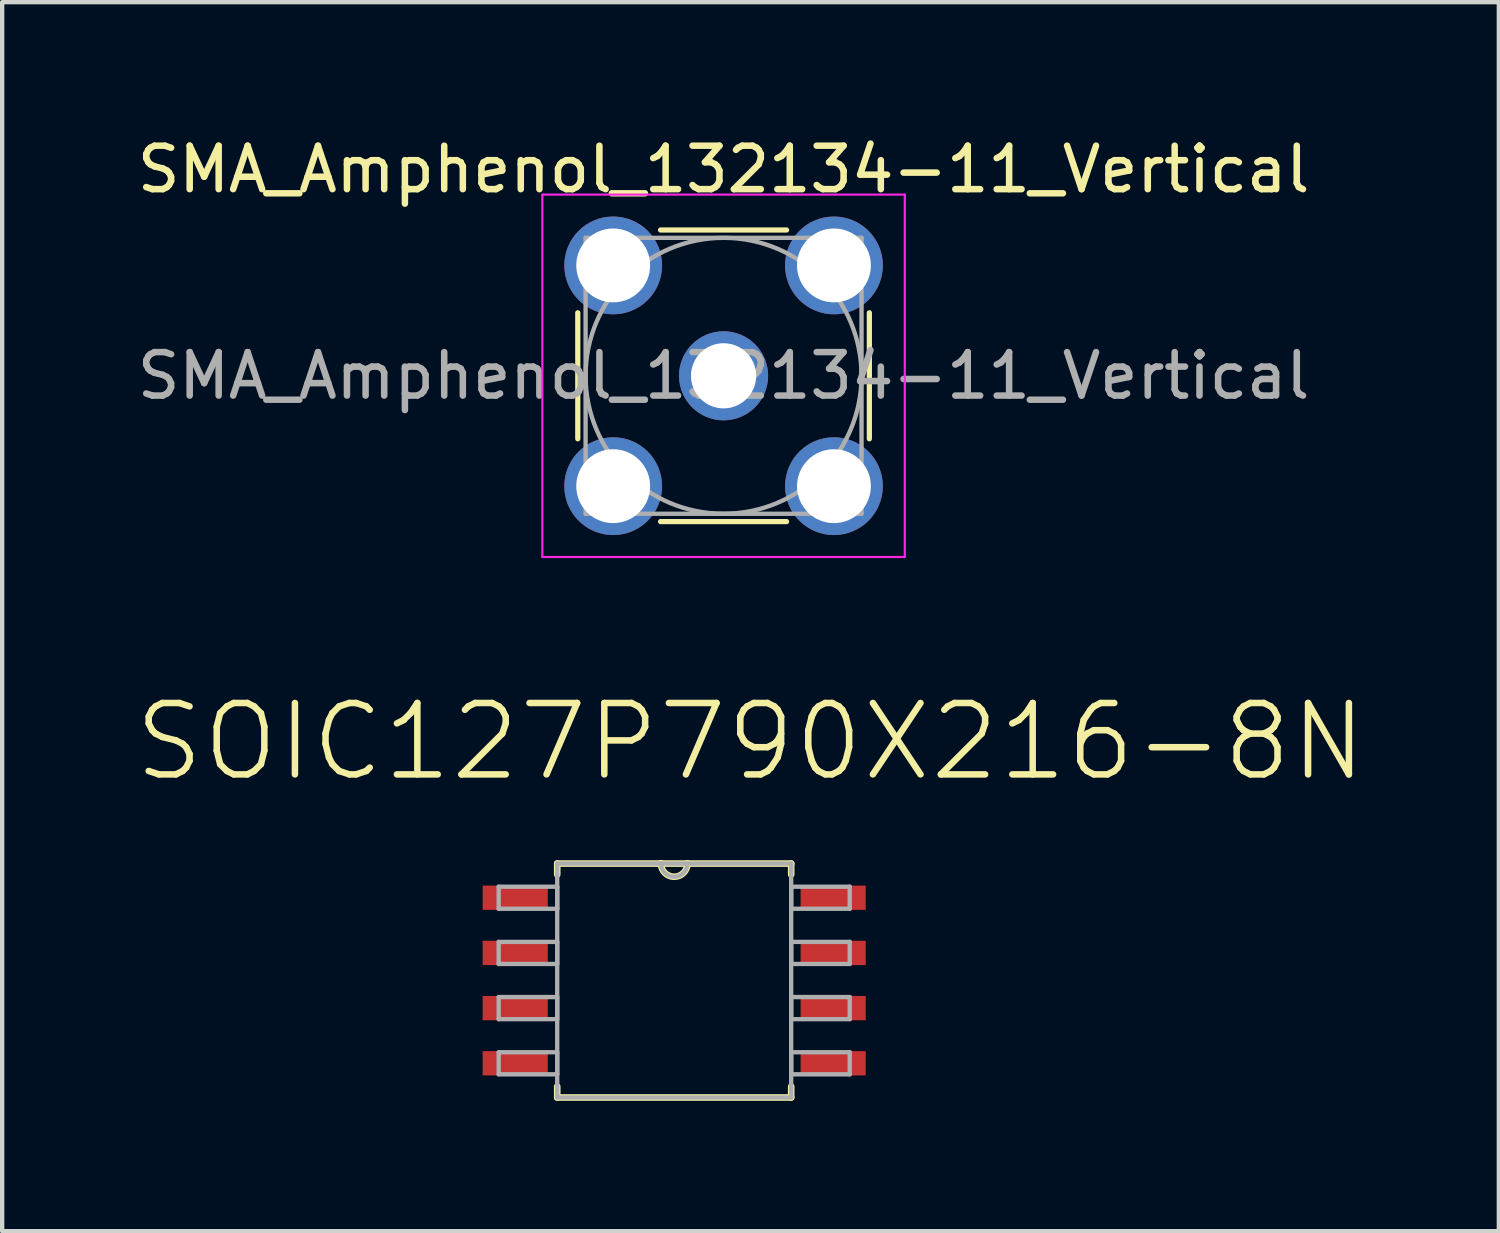
<source format=kicad_pcb>
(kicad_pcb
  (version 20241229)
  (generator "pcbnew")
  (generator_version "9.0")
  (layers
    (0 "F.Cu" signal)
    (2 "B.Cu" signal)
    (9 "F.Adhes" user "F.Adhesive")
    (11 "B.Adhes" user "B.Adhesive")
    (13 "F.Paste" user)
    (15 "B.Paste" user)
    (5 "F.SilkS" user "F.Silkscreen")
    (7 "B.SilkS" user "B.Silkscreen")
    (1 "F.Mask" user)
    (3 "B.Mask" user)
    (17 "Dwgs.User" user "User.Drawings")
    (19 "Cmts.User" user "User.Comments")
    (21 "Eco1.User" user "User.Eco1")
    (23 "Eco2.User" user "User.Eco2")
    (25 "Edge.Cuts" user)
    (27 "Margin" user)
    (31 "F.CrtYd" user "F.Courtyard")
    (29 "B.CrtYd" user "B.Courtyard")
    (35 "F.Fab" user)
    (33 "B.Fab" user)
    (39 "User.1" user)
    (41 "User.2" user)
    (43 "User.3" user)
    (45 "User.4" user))
  (footprint "SOIC127P790X216-8N"
    (layer "F.Cu")
    (at 12.465 19.514)
    (property "Reference" "SOIC127P790X216-8N" (at 1.756 -5.496 0) (layer "F.SilkS") (effects (font (size 1.643 1.643) (thickness 0.15))))
    (attr through_hole)
    (fp_line (start -2.692 -2.692) (end -2.692 -2.438) (stroke (width 0.152) (type solid)) (layer "F.SilkS"))
    (fp_line (start -2.692 2.438) (end -2.692 2.692) (stroke (width 0.152) (type solid)) (layer "F.SilkS"))
    (fp_line (start -2.692 2.692) (end 2.692 2.692) (stroke (width 0.152) (type solid)) (layer "F.SilkS"))
    (fp_line (start -0.305 -2.692) (end -2.692 -2.692) (stroke (width 0.152) (type solid)) (layer "F.SilkS"))
    (fp_line (start 0.305 -2.692) (end -0.305 -2.692) (stroke (width 0.152) (type solid)) (layer "F.SilkS"))
    (fp_line (start 2.692 -2.692) (end 0.305 -2.692) (stroke (width 0.152) (type solid)) (layer "F.SilkS"))
    (fp_line (start 2.692 -2.438) (end 2.692 -2.692) (stroke (width 0.152) (type solid)) (layer "F.SilkS"))
    (fp_line (start 2.692 2.692) (end 2.692 2.438) (stroke (width 0.152) (type solid)) (layer "F.SilkS"))
    (fp_arc (start 0.3048 -2.6924) (mid 0 -2.3876) (end -0.3048 -2.6924) (stroke (width 0.1524) (type solid)) (layer "F.SilkS"))
    (fp_line (start -4.039 -2.159) (end -4.039 -1.651) (stroke (width 0.1) (type solid)) (layer "F.Fab"))
    (fp_line (start -4.039 -1.651) (end -2.692 -1.651) (stroke (width 0.1) (type solid)) (layer "F.Fab"))
    (fp_line (start -4.039 -0.889) (end -4.039 -0.381) (stroke (width 0.1) (type solid)) (layer "F.Fab"))
    (fp_line (start -4.039 -0.381) (end -2.692 -0.381) (stroke (width 0.1) (type solid)) (layer "F.Fab"))
    (fp_line (start -4.039 0.381) (end -4.039 0.889) (stroke (width 0.1) (type solid)) (layer "F.Fab"))
    (fp_line (start -4.039 0.889) (end -2.692 0.889) (stroke (width 0.1) (type solid)) (layer "F.Fab"))
    (fp_line (start -4.039 1.651) (end -4.039 2.159) (stroke (width 0.1) (type solid)) (layer "F.Fab"))
    (fp_line (start -4.039 2.159) (end -2.692 2.159) (stroke (width 0.1) (type solid)) (layer "F.Fab"))
    (fp_line (start -2.692 -2.692) (end -2.692 2.692) (stroke (width 0.1) (type solid)) (layer "F.Fab"))
    (fp_line (start -2.692 -2.159) (end -4.039 -2.159) (stroke (width 0.1) (type solid)) (layer "F.Fab"))
    (fp_line (start -2.692 -1.651) (end -2.692 -2.159) (stroke (width 0.1) (type solid)) (layer "F.Fab"))
    (fp_line (start -2.692 -0.889) (end -4.039 -0.889) (stroke (width 0.1) (type solid)) (layer "F.Fab"))
    (fp_line (start -2.692 -0.381) (end -2.692 -0.889) (stroke (width 0.1) (type solid)) (layer "F.Fab"))
    (fp_line (start -2.692 0.381) (end -4.039 0.381) (stroke (width 0.1) (type solid)) (layer "F.Fab"))
    (fp_line (start -2.692 0.889) (end -2.692 0.381) (stroke (width 0.1) (type solid)) (layer "F.Fab"))
    (fp_line (start -2.692 1.651) (end -4.039 1.651) (stroke (width 0.1) (type solid)) (layer "F.Fab"))
    (fp_line (start -2.692 2.159) (end -2.692 1.651) (stroke (width 0.1) (type solid)) (layer "F.Fab"))
    (fp_line (start -2.692 2.692) (end 2.692 2.692) (stroke (width 0.1) (type solid)) (layer "F.Fab"))
    (fp_line (start -0.305 -2.692) (end -2.692 -2.692) (stroke (width 0.1) (type solid)) (layer "F.Fab"))
    (fp_line (start 0.305 -2.692) (end -0.305 -2.692) (stroke (width 0.1) (type solid)) (layer "F.Fab"))
    (fp_line (start 2.692 -2.692) (end 0.305 -2.692) (stroke (width 0.1) (type solid)) (layer "F.Fab"))
    (fp_line (start 2.692 -2.159) (end 2.692 -1.651) (stroke (width 0.1) (type solid)) (layer "F.Fab"))
    (fp_line (start 2.692 -1.651) (end 4.039 -1.651) (stroke (width 0.1) (type solid)) (layer "F.Fab"))
    (fp_line (start 2.692 -0.889) (end 2.692 -0.381) (stroke (width 0.1) (type solid)) (layer "F.Fab"))
    (fp_line (start 2.692 -0.381) (end 4.039 -0.381) (stroke (width 0.1) (type solid)) (layer "F.Fab"))
    (fp_line (start 2.692 0.381) (end 2.692 0.889) (stroke (width 0.1) (type solid)) (layer "F.Fab"))
    (fp_line (start 2.692 0.889) (end 4.039 0.889) (stroke (width 0.1) (type solid)) (layer "F.Fab"))
    (fp_line (start 2.692 1.651) (end 2.692 2.159) (stroke (width 0.1) (type solid)) (layer "F.Fab"))
    (fp_line (start 2.692 2.159) (end 4.039 2.159) (stroke (width 0.1) (type solid)) (layer "F.Fab"))
    (fp_line (start 2.692 2.692) (end 2.692 -2.692) (stroke (width 0.1) (type solid)) (layer "F.Fab"))
    (fp_line (start 4.039 -2.159) (end 2.692 -2.159) (stroke (width 0.1) (type solid)) (layer "F.Fab"))
    (fp_line (start 4.039 -1.651) (end 4.039 -2.159) (stroke (width 0.1) (type solid)) (layer "F.Fab"))
    (fp_line (start 4.039 -0.889) (end 2.692 -0.889) (stroke (width 0.1) (type solid)) (layer "F.Fab"))
    (fp_line (start 4.039 -0.381) (end 4.039 -0.889) (stroke (width 0.1) (type solid)) (layer "F.Fab"))
    (fp_line (start 4.039 0.381) (end 2.692 0.381) (stroke (width 0.1) (type solid)) (layer "F.Fab"))
    (fp_line (start 4.039 0.889) (end 4.039 0.381) (stroke (width 0.1) (type solid)) (layer "F.Fab"))
    (fp_line (start 4.039 1.651) (end 2.692 1.651) (stroke (width 0.1) (type solid)) (layer "F.Fab"))
    (fp_line (start 4.039 2.159) (end 4.039 1.651) (stroke (width 0.1) (type solid)) (layer "F.Fab"))
    (fp_arc (start 0.3048 -2.6924) (mid 0 -2.3876) (end -0.3048 -2.6924) (stroke (width 0.1) (type solid)) (layer "F.Fab"))
    (pad "1" smd rect (at -3.658 -1.905) (size 1.499 0.559) (layers "F.Cu" "F.Mask" "F.Paste"))
    (pad "2" smd rect (at -3.658 -0.635) (size 1.499 0.559) (layers "F.Cu" "F.Mask" "F.Paste"))
    (pad "3" smd rect (at -3.658 0.635) (size 1.499 0.559) (layers "F.Cu" "F.Mask" "F.Paste"))
    (pad "4" smd rect (at -3.658 1.905) (size 1.499 0.559) (layers "F.Cu" "F.Mask" "F.Paste"))
    (pad "5" smd rect (at 3.658 1.905) (size 1.499 0.559) (layers "F.Cu" "F.Mask" "F.Paste"))
    (pad "6" smd rect (at 3.658 0.635) (size 1.499 0.559) (layers "F.Cu" "F.Mask" "F.Paste"))
    (pad "7" smd rect (at 3.658 -0.635) (size 1.499 0.559) (layers "F.Cu" "F.Mask" "F.Paste"))
    (pad "8" smd rect (at 3.658 -1.905) (size 1.499 0.559) (layers "F.Cu" "F.Mask" "F.Paste")))
  (footprint "SMA_Amphenol_132134-11_Vertical"
    (layer "F.Cu")
    (at 13.601 5.598)
    (property "Reference" "SMA_Amphenol_132134-11_Vertical" (at 0 -4.75 0) (layer "F.SilkS") (effects (font (size 1 1) (thickness 0.15))))
    (attr through_hole)
    (fp_line (start -3.355 -1.45) (end -3.355 1.45) (stroke (width 0.12) (type solid)) (layer "F.SilkS"))
    (fp_line (start -1.45 -3.355) (end 1.45 -3.355) (stroke (width 0.12) (type solid)) (layer "F.SilkS"))
    (fp_line (start -1.45 3.355) (end 1.45 3.355) (stroke (width 0.12) (type solid)) (layer "F.SilkS"))
    (fp_line (start 3.355 -1.45) (end 3.355 1.45) (stroke (width 0.12) (type solid)) (layer "F.SilkS"))
    (fp_line (start -4.17 -4.17) (end -4.17 4.17) (stroke (width 0.05) (type solid)) (layer "F.CrtYd"))
    (fp_line (start -4.17 -4.17) (end 4.17 -4.17) (stroke (width 0.05) (type solid)) (layer "F.CrtYd"))
    (fp_line (start 4.17 4.17) (end -4.17 4.17) (stroke (width 0.05) (type solid)) (layer "F.CrtYd"))
    (fp_line (start 4.17 4.17) (end 4.17 -4.17) (stroke (width 0.05) (type solid)) (layer "F.CrtYd"))
    (fp_line (start -3.175 -3.175) (end -3.175 3.175) (stroke (width 0.1) (type solid)) (layer "F.Fab"))
    (fp_line (start -3.175 -3.175) (end 3.175 -3.175) (stroke (width 0.1) (type solid)) (layer "F.Fab"))
    (fp_line (start -3.175 3.175) (end 3.175 3.175) (stroke (width 0.1) (type solid)) (layer "F.Fab"))
    (fp_line (start 3.175 -3.175) (end 3.175 3.175) (stroke (width 0.1) (type solid)) (layer "F.Fab"))
    (fp_circle (center 0 0) (end 3.175 0) (stroke (width 0.1) (type solid)) (fill no) (layer "F.Fab"))
    (fp_text user "${REFERENCE}" (at 0 0 0) (layer "F.Fab") (effects (font (size 1 1) (thickness 0.15))))
    (pad "1" thru_hole circle (at 0 0) (size 2.05 2.05) (drill 1.5) (layers "*.Cu" "*.Mask"))
    (pad "2" thru_hole circle (at -2.54 -2.54) (size 2.25 2.25) (drill 1.7) (layers "*.Cu" "*.Mask"))
    (pad "2" thru_hole circle (at -2.54 2.54) (size 2.25 2.25) (drill 1.7) (layers "*.Cu" "*.Mask"))
    (pad "2" thru_hole circle (at 2.54 -2.54) (size 2.25 2.25) (drill 1.7) (layers "*.Cu" "*.Mask"))
    (pad "2" thru_hole circle (at 2.54 2.54) (size 2.25 2.25) (drill 1.7) (layers "*.Cu" "*.Mask")))
  (gr_rect
    (start -3 -3)
    (end 31.442 25.282)
    (stroke (width 0.1) (type default))
    (fill no)
    (layer "Edge.Cuts")))
</source>
